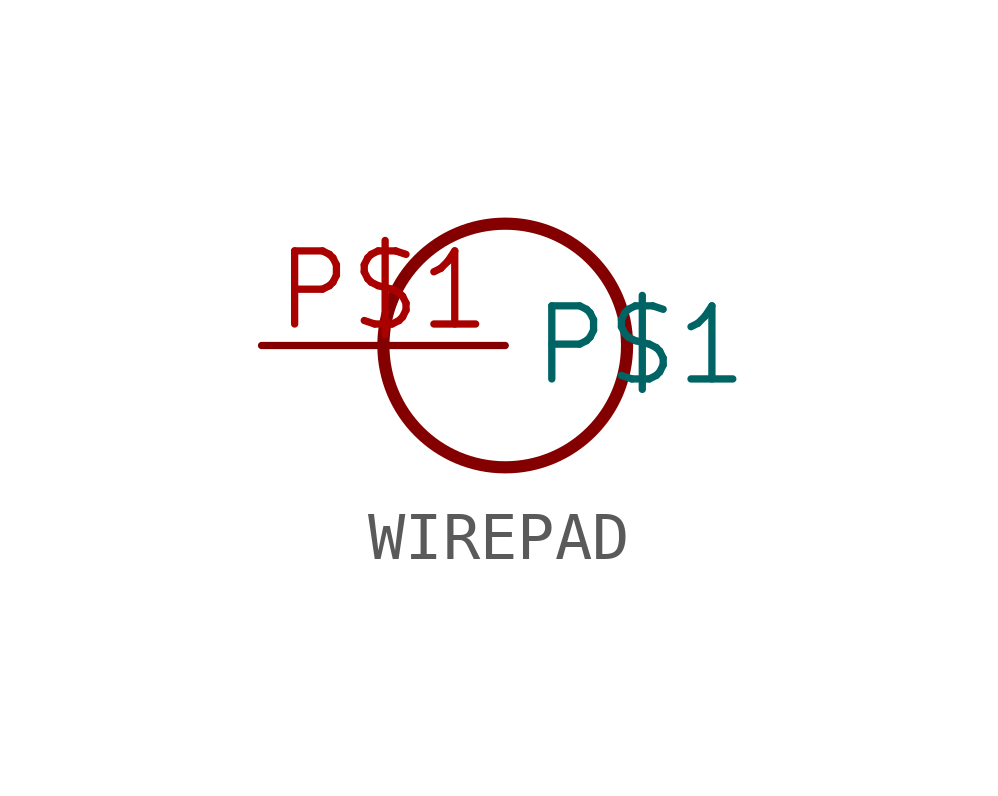
<source format=kicad_sym>
(kicad_symbol_lib
  (version 20241209)
  (generator "kicad_symbol_editor")
  (generator_version "9.0")
  (symbol "WIREPAD"
    (property "Reference" ""
      (at 0 0 0)
      (effects (font (size 1.27 1.27)) (hide yes)))
    (property "ki_locked" ""
      (at 0 0 0)
      (effects (font (size 1.27 1.27))))
    (symbol "WIREPAD_1_0"
      (circle (center 5.08 0) (radius 2.54) (stroke (width 0.254) (type solid)) (fill (type none)))
      (pin bidirectional line (at 0 0 0) (length 5.08) (name "P$1" (effects (font (size 1.524 1.524)))) (number "P$1" (effects (font (size 1.524 1.524))))))))
</source>
